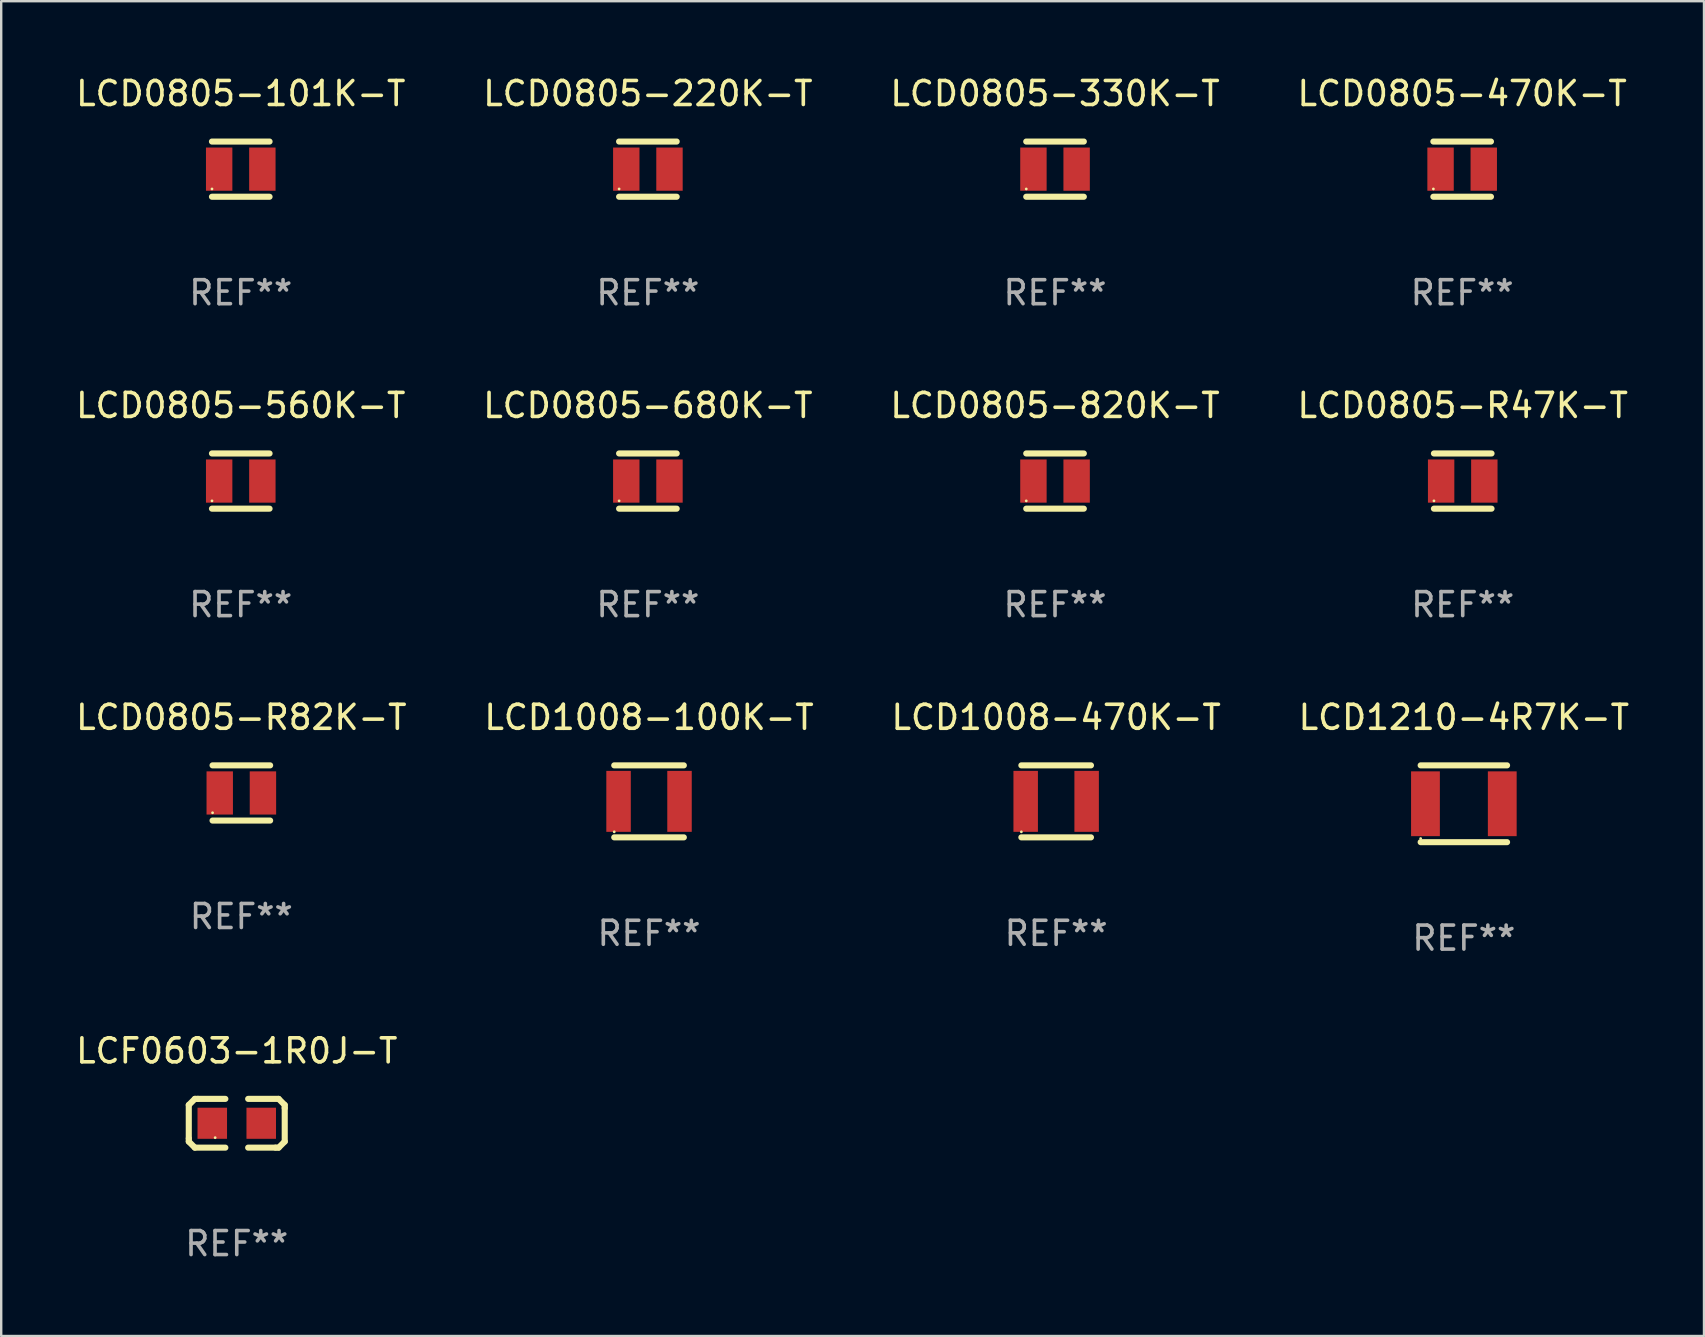
<source format=kicad_pcb>
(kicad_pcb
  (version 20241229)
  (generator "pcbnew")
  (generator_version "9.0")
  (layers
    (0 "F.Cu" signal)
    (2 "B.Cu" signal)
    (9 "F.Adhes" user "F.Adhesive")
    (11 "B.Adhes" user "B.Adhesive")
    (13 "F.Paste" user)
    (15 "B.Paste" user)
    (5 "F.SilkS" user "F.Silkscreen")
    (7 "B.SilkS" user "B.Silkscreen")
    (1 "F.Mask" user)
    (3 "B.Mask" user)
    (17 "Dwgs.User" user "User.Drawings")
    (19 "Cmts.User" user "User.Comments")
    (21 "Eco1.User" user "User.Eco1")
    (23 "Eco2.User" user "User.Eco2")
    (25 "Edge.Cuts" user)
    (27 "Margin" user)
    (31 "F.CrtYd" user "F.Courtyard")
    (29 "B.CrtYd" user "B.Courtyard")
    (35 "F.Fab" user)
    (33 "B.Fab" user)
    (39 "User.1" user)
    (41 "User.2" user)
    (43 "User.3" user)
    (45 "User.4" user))
  (footprint "LCD0805-R47K-T"
    (layer "F.Cu")
    (at 57.899 16.995)
    (property "Reference" "LCD0805-R47K-T" (at 0 -3.15 0) (layer "F.SilkS") (effects (font (size 1 1) (thickness 0.15))))
    (attr through_hole)
    (fp_line (start -1.2 -1.15) (end 1.2 -1.15) (stroke (width 0.254) (type solid)) (layer "F.SilkS"))
    (fp_line (start -1.2 1.15) (end 1.2 1.15) (stroke (width 0.254) (type solid)) (layer "F.SilkS"))
    (fp_circle (center -1.199 0.825) (end -1.169 0.825) (stroke (width 0.06) (type solid)) (fill no) (layer "F.SilkS"))
    (fp_text user "REF**" (at 0 5.15 0) (layer "F.Fab") (effects (font (size 1 1) (thickness 0.15))))
    (pad "1" smd rect (at -0.9 0) (size 1.1 1.8) (layers "F.Cu" "F.Mask" "F.Paste"))
    (pad "2" smd rect (at 0.9 0) (size 1.1 1.8) (layers "F.Cu" "F.Mask" "F.Paste")))
  (footprint "LCD0805-330K-T"
    (layer "F.Cu")
    (at 40.911 3.998)
    (property "Reference" "LCD0805-330K-T" (at 0 -3.15 0) (layer "F.SilkS") (effects (font (size 1 1) (thickness 0.15))))
    (attr through_hole)
    (fp_line (start -1.2 -1.15) (end 1.2 -1.15) (stroke (width 0.254) (type solid)) (layer "F.SilkS"))
    (fp_line (start -1.2 1.15) (end 1.2 1.15) (stroke (width 0.254) (type solid)) (layer "F.SilkS"))
    (fp_circle (center -1.199 0.825) (end -1.169 0.825) (stroke (width 0.06) (type solid)) (fill no) (layer "F.SilkS"))
    (fp_text user "REF**" (at 0 5.15 0) (layer "F.Fab") (effects (font (size 1 1) (thickness 0.15))))
    (pad "1" smd rect (at -0.9 0) (size 1.1 1.8) (layers "F.Cu" "F.Mask" "F.Paste"))
    (pad "2" smd rect (at 0.9 0) (size 1.1 1.8) (layers "F.Cu" "F.Mask" "F.Paste")))
  (footprint "LCD0805-101K-T"
    (layer "F.Cu")
    (at 6.982 3.998)
    (property "Reference" "LCD0805-101K-T" (at 0 -3.15 0) (layer "F.SilkS") (effects (font (size 1 1) (thickness 0.15))))
    (attr through_hole)
    (fp_line (start -1.2 -1.15) (end 1.2 -1.15) (stroke (width 0.254) (type solid)) (layer "F.SilkS"))
    (fp_line (start -1.2 1.15) (end 1.2 1.15) (stroke (width 0.254) (type solid)) (layer "F.SilkS"))
    (fp_circle (center -1.199 0.825) (end -1.169 0.825) (stroke (width 0.06) (type solid)) (fill no) (layer "F.SilkS"))
    (fp_text user "REF**" (at 0 5.15 0) (layer "F.Fab") (effects (font (size 1 1) (thickness 0.15))))
    (pad "1" smd rect (at -0.9 0) (size 1.1 1.8) (layers "F.Cu" "F.Mask" "F.Paste"))
    (pad "2" smd rect (at 0.9 0) (size 1.1 1.8) (layers "F.Cu" "F.Mask" "F.Paste")))
  (footprint "LCD0805-560K-T"
    (layer "F.Cu")
    (at 6.982 16.995)
    (property "Reference" "LCD0805-560K-T" (at 0 -3.15 0) (layer "F.SilkS") (effects (font (size 1 1) (thickness 0.15))))
    (attr through_hole)
    (fp_line (start -1.2 -1.15) (end 1.2 -1.15) (stroke (width 0.254) (type solid)) (layer "F.SilkS"))
    (fp_line (start -1.2 1.15) (end 1.2 1.15) (stroke (width 0.254) (type solid)) (layer "F.SilkS"))
    (fp_circle (center -1.199 0.825) (end -1.169 0.825) (stroke (width 0.06) (type solid)) (fill no) (layer "F.SilkS"))
    (fp_text user "REF**" (at 0 5.15 0) (layer "F.Fab") (effects (font (size 1 1) (thickness 0.15))))
    (pad "1" smd rect (at -0.9 0) (size 1.1 1.8) (layers "F.Cu" "F.Mask" "F.Paste"))
    (pad "2" smd rect (at 0.9 0) (size 1.1 1.8) (layers "F.Cu" "F.Mask" "F.Paste")))
  (footprint "LCD0805-680K-T"
    (layer "F.Cu")
    (at 23.946 16.995)
    (property "Reference" "LCD0805-680K-T" (at 0 -3.15 0) (layer "F.SilkS") (effects (font (size 1 1) (thickness 0.15))))
    (attr through_hole)
    (fp_line (start -1.2 -1.15) (end 1.2 -1.15) (stroke (width 0.254) (type solid)) (layer "F.SilkS"))
    (fp_line (start -1.2 1.15) (end 1.2 1.15) (stroke (width 0.254) (type solid)) (layer "F.SilkS"))
    (fp_circle (center -1.199 0.825) (end -1.169 0.825) (stroke (width 0.06) (type solid)) (fill no) (layer "F.SilkS"))
    (fp_text user "REF**" (at 0 5.15 0) (layer "F.Fab") (effects (font (size 1 1) (thickness 0.15))))
    (pad "1" smd rect (at -0.9 0) (size 1.1 1.8) (layers "F.Cu" "F.Mask" "F.Paste"))
    (pad "2" smd rect (at 0.9 0) (size 1.1 1.8) (layers "F.Cu" "F.Mask" "F.Paste")))
  (footprint "LCF0603-1R0J-T"
    (layer "F.Cu")
    (at 6.815 43.754)
    (property "Reference" "LCF0603-1R0J-T" (at 0 -3.016 0) (layer "F.SilkS") (effects (font (size 1 1) (thickness 0.15))))
    (attr through_hole)
    (fp_line (start -1.999 -0.762) (end -1.999 0.635) (stroke (width 0.254) (type solid)) (layer "F.SilkS"))
    (fp_line (start -1.999 0.635) (end -1.999 0.762) (stroke (width 0.254) (type solid)) (layer "F.SilkS"))
    (fp_line (start -1.999 0.762) (end -1.745 1.016) (stroke (width 0.254) (type solid)) (layer "F.SilkS"))
    (fp_line (start -1.745 -1.016) (end -1.999 -0.762) (stroke (width 0.254) (type solid)) (layer "F.SilkS"))
    (fp_line (start -1.745 1.016) (end -0.475 1.016) (stroke (width 0.254) (type solid)) (layer "F.SilkS"))
    (fp_line (start -1.618 -1.016) (end -1.745 -1.016) (stroke (width 0.254) (type solid)) (layer "F.SilkS"))
    (fp_line (start -0.475 -1.016) (end -1.618 -1.016) (stroke (width 0.254) (type solid)) (layer "F.SilkS"))
    (fp_line (start 0.475 1.016) (end 1.618 1.016) (stroke (width 0.254) (type solid)) (layer "F.SilkS"))
    (fp_line (start 1.618 1.016) (end 1.745 1.016) (stroke (width 0.254) (type solid)) (layer "F.SilkS"))
    (fp_line (start 1.745 -1.016) (end 0.475 -1.016) (stroke (width 0.254) (type solid)) (layer "F.SilkS"))
    (fp_line (start 1.745 1.016) (end 1.999 0.762) (stroke (width 0.254) (type solid)) (layer "F.SilkS"))
    (fp_line (start 1.999 -0.762) (end 1.745 -1.016) (stroke (width 0.254) (type solid)) (layer "F.SilkS"))
    (fp_line (start 1.999 -0.635) (end 1.999 -0.762) (stroke (width 0.254) (type solid)) (layer "F.SilkS"))
    (fp_line (start 1.999 0.762) (end 1.999 -0.635) (stroke (width 0.254) (type solid)) (layer "F.SilkS"))
    (fp_circle (center -0.9 0.6) (end -0.87 0.6) (stroke (width 0.06) (type solid)) (fill no) (layer "F.SilkS"))
    (fp_text user "REF**" (at 0 5.016 0) (layer "F.Fab") (effects (font (size 1 1) (thickness 0.15))))
    (pad "1" smd rect (at -1.02 0) (size 1.23 1.296) (layers "F.Cu" "F.Mask" "F.Paste"))
    (pad "2" smd rect (at 1.02 0) (size 1.23 1.296) (layers "F.Cu" "F.Mask" "F.Paste")))
  (footprint "LCD0805-R82K-T"
    (layer "F.Cu")
    (at 7.006 29.991)
    (property "Reference" "LCD0805-R82K-T" (at 0 -3.15 0) (layer "F.SilkS") (effects (font (size 1 1) (thickness 0.15))))
    (attr through_hole)
    (fp_line (start -1.2 -1.15) (end 1.2 -1.15) (stroke (width 0.254) (type solid)) (layer "F.SilkS"))
    (fp_line (start -1.2 1.15) (end 1.2 1.15) (stroke (width 0.254) (type solid)) (layer "F.SilkS"))
    (fp_circle (center -1.199 0.825) (end -1.169 0.825) (stroke (width 0.06) (type solid)) (fill no) (layer "F.SilkS"))
    (fp_text user "REF**" (at 0 5.15 0) (layer "F.Fab") (effects (font (size 1 1) (thickness 0.15))))
    (pad "1" smd rect (at -0.9 0) (size 1.1 1.8) (layers "F.Cu" "F.Mask" "F.Paste"))
    (pad "2" smd rect (at 0.9 0) (size 1.1 1.8) (layers "F.Cu" "F.Mask" "F.Paste")))
  (footprint "LCD0805-820K-T"
    (layer "F.Cu")
    (at 40.911 16.995)
    (property "Reference" "LCD0805-820K-T" (at 0 -3.15 0) (layer "F.SilkS") (effects (font (size 1 1) (thickness 0.15))))
    (attr through_hole)
    (fp_line (start -1.2 -1.15) (end 1.2 -1.15) (stroke (width 0.254) (type solid)) (layer "F.SilkS"))
    (fp_line (start -1.2 1.15) (end 1.2 1.15) (stroke (width 0.254) (type solid)) (layer "F.SilkS"))
    (fp_circle (center -1.199 0.825) (end -1.169 0.825) (stroke (width 0.06) (type solid)) (fill no) (layer "F.SilkS"))
    (fp_text user "REF**" (at 0 5.15 0) (layer "F.Fab") (effects (font (size 1 1) (thickness 0.15))))
    (pad "1" smd rect (at -0.9 0) (size 1.1 1.8) (layers "F.Cu" "F.Mask" "F.Paste"))
    (pad "2" smd rect (at 0.9 0) (size 1.1 1.8) (layers "F.Cu" "F.Mask" "F.Paste")))
  (footprint "LCD1008-470K-T"
    (layer "F.Cu")
    (at 40.958 30.341)
    (property "Reference" "LCD1008-470K-T" (at 0 -3.5 0) (layer "F.SilkS") (effects (font (size 1 1) (thickness 0.15))))
    (attr through_hole)
    (fp_line (start -1.45 -1.5) (end 1.45 -1.5) (stroke (width 0.254) (type solid)) (layer "F.SilkS"))
    (fp_line (start -1.45 1.5) (end 1.45 1.5) (stroke (width 0.254) (type solid)) (layer "F.SilkS"))
    (fp_circle (center -1.45 1.27) (end -1.42 1.27) (stroke (width 0.06) (type solid)) (fill no) (layer "F.SilkS"))
    (fp_text user "REF**" (at 0 5.5 0) (layer "F.Fab") (effects (font (size 1 1) (thickness 0.15))))
    (pad "1" smd rect (at -1.27 0 90) (size 2.54 1.02) (layers "F.Cu" "F.Mask" "F.Paste"))
    (pad "2" smd rect (at 1.27 0 90) (size 2.54 1.02) (layers "F.Cu" "F.Mask" "F.Paste")))
  (footprint "LCD0805-220K-T"
    (layer "F.Cu")
    (at 23.946 3.998)
    (property "Reference" "LCD0805-220K-T" (at 0 -3.15 0) (layer "F.SilkS") (effects (font (size 1 1) (thickness 0.15))))
    (attr through_hole)
    (fp_line (start -1.2 -1.15) (end 1.2 -1.15) (stroke (width 0.254) (type solid)) (layer "F.SilkS"))
    (fp_line (start -1.2 1.15) (end 1.2 1.15) (stroke (width 0.254) (type solid)) (layer "F.SilkS"))
    (fp_circle (center -1.199 0.825) (end -1.169 0.825) (stroke (width 0.06) (type solid)) (fill no) (layer "F.SilkS"))
    (fp_text user "REF**" (at 0 5.15 0) (layer "F.Fab") (effects (font (size 1 1) (thickness 0.15))))
    (pad "1" smd rect (at -0.9 0) (size 1.1 1.8) (layers "F.Cu" "F.Mask" "F.Paste"))
    (pad "2" smd rect (at 0.9 0) (size 1.1 1.8) (layers "F.Cu" "F.Mask" "F.Paste")))
  (footprint "LCD1210-4R7K-T"
    (layer "F.Cu")
    (at 57.946 30.441)
    (property "Reference" "LCD1210-4R7K-T" (at 0 -3.6 0) (layer "F.SilkS") (effects (font (size 1 1) (thickness 0.15))))
    (attr through_hole)
    (fp_line (start -1.8 -1.6) (end 1.8 -1.6) (stroke (width 0.254) (type solid)) (layer "F.SilkS"))
    (fp_line (start -1.8 1.6) (end 1.8 1.6) (stroke (width 0.254) (type solid)) (layer "F.SilkS"))
    (fp_circle (center -1.8 1.45) (end -1.77 1.45) (stroke (width 0.06) (type solid)) (fill no) (layer "F.SilkS"))
    (fp_text user "REF**" (at 0 5.6 0) (layer "F.Fab") (effects (font (size 1 1) (thickness 0.15))))
    (pad "1" smd rect (at -1.6 0 90) (size 2.7 1.2) (layers "F.Cu" "F.Mask" "F.Paste"))
    (pad "2" smd rect (at 1.6 0 90) (size 2.7 1.2) (layers "F.Cu" "F.Mask" "F.Paste")))
  (footprint "LCD1008-100K-T"
    (layer "F.Cu")
    (at 23.994 30.341)
    (property "Reference" "LCD1008-100K-T" (at 0 -3.5 0) (layer "F.SilkS") (effects (font (size 1 1) (thickness 0.15))))
    (attr through_hole)
    (fp_line (start -1.45 -1.5) (end 1.45 -1.5) (stroke (width 0.254) (type solid)) (layer "F.SilkS"))
    (fp_line (start -1.45 1.5) (end 1.45 1.5) (stroke (width 0.254) (type solid)) (layer "F.SilkS"))
    (fp_circle (center -1.45 1.27) (end -1.42 1.27) (stroke (width 0.06) (type solid)) (fill no) (layer "F.SilkS"))
    (fp_text user "REF**" (at 0 5.5 0) (layer "F.Fab") (effects (font (size 1 1) (thickness 0.15))))
    (pad "1" smd rect (at -1.27 0 90) (size 2.54 1.02) (layers "F.Cu" "F.Mask" "F.Paste"))
    (pad "2" smd rect (at 1.27 0 90) (size 2.54 1.02) (layers "F.Cu" "F.Mask" "F.Paste")))
  (footprint "LCD0805-470K-T"
    (layer "F.Cu")
    (at 57.875 3.998)
    (property "Reference" "LCD0805-470K-T" (at 0 -3.15 0) (layer "F.SilkS") (effects (font (size 1 1) (thickness 0.15))))
    (attr through_hole)
    (fp_line (start -1.2 -1.15) (end 1.2 -1.15) (stroke (width 0.254) (type solid)) (layer "F.SilkS"))
    (fp_line (start -1.2 1.15) (end 1.2 1.15) (stroke (width 0.254) (type solid)) (layer "F.SilkS"))
    (fp_circle (center -1.199 0.825) (end -1.169 0.825) (stroke (width 0.06) (type solid)) (fill no) (layer "F.SilkS"))
    (fp_text user "REF**" (at 0 5.15 0) (layer "F.Fab") (effects (font (size 1 1) (thickness 0.15))))
    (pad "1" smd rect (at -0.9 0) (size 1.1 1.8) (layers "F.Cu" "F.Mask" "F.Paste"))
    (pad "2" smd rect (at 0.9 0) (size 1.1 1.8) (layers "F.Cu" "F.Mask" "F.Paste")))
  (gr_rect
    (start -3 -3)
    (end 67.952 52.618)
    (stroke (width 0.1) (type default))
    (fill no)
    (layer "Edge.Cuts")))
</source>
